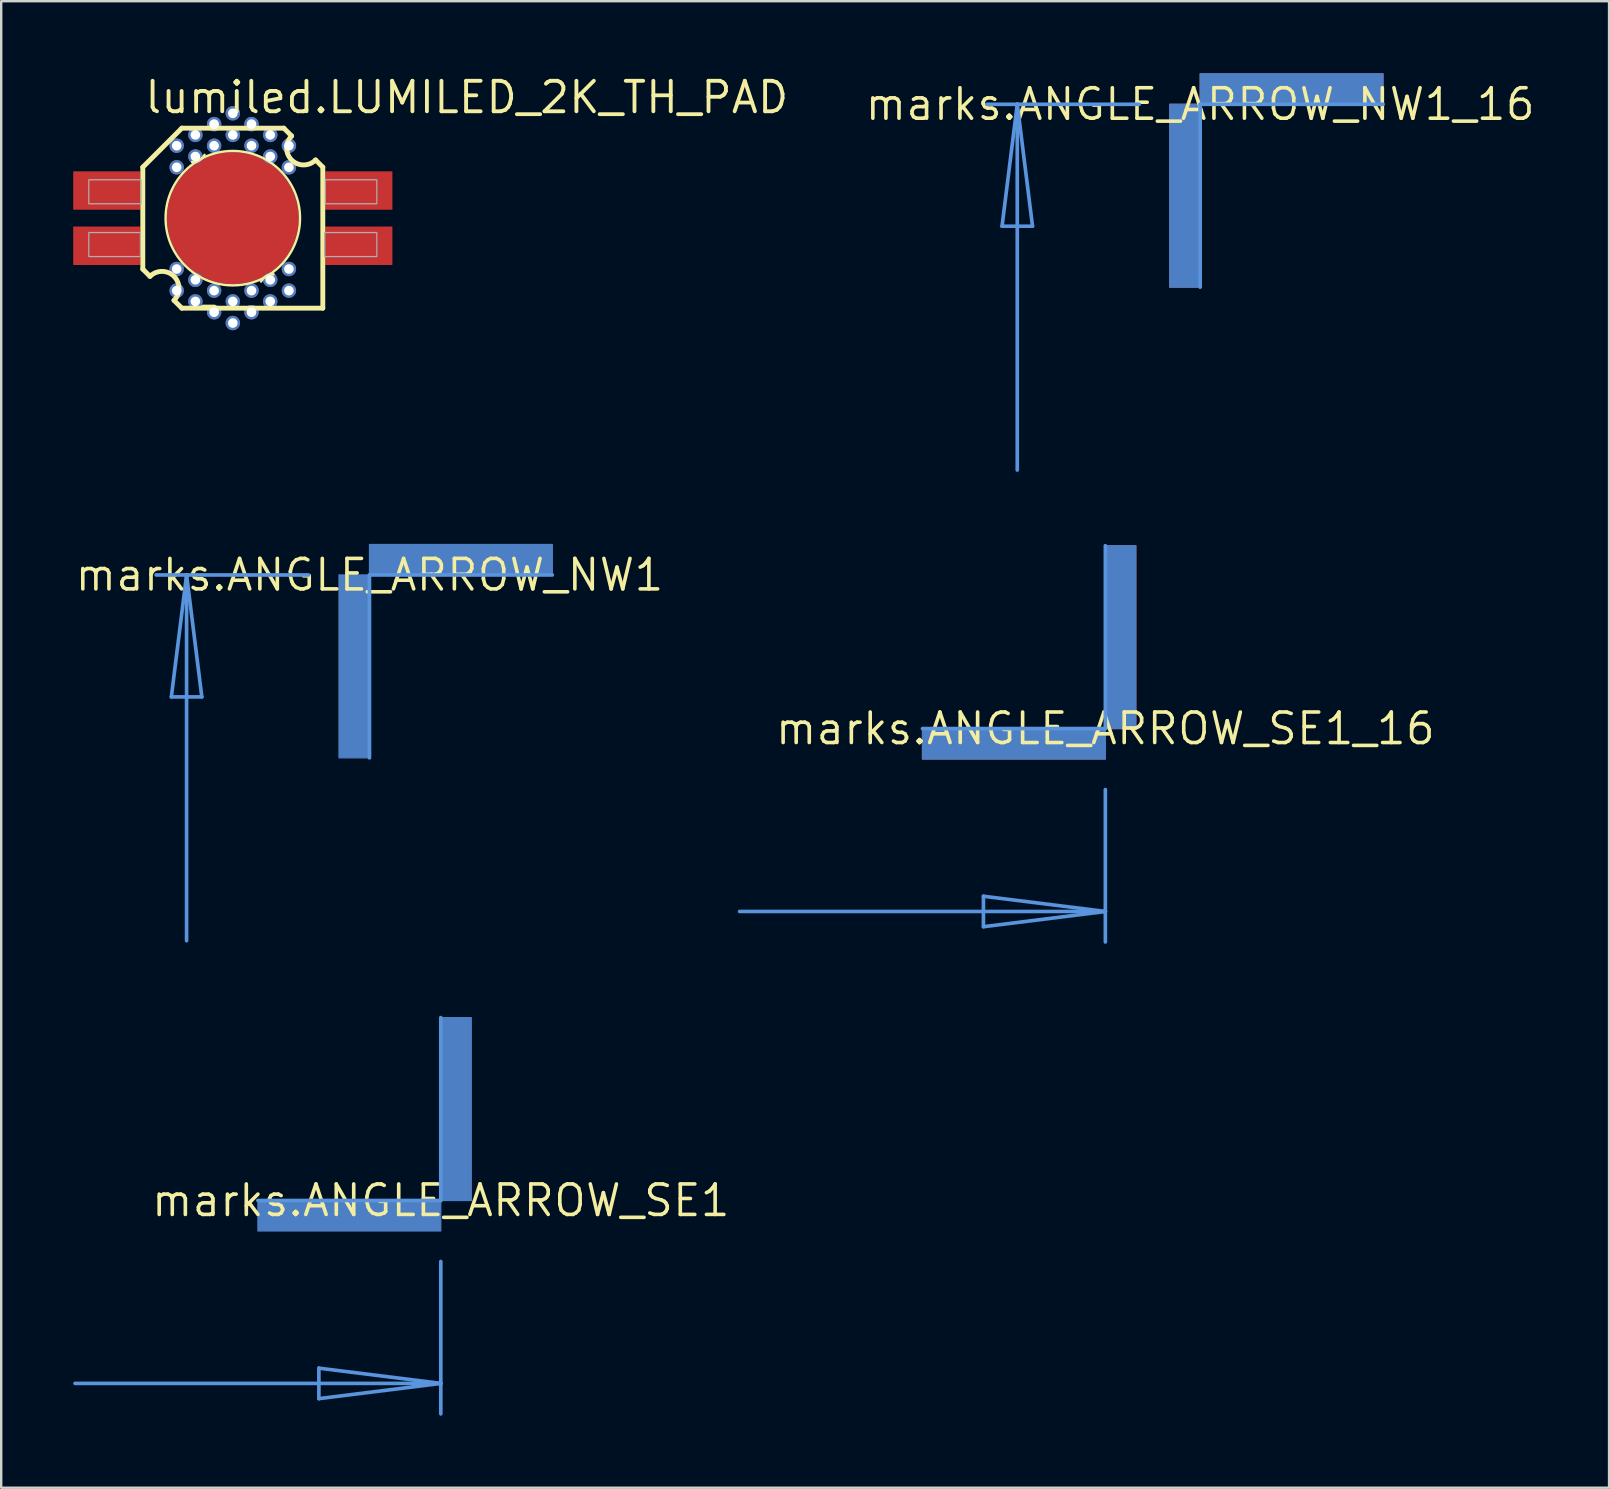
<source format=kicad_pcb>
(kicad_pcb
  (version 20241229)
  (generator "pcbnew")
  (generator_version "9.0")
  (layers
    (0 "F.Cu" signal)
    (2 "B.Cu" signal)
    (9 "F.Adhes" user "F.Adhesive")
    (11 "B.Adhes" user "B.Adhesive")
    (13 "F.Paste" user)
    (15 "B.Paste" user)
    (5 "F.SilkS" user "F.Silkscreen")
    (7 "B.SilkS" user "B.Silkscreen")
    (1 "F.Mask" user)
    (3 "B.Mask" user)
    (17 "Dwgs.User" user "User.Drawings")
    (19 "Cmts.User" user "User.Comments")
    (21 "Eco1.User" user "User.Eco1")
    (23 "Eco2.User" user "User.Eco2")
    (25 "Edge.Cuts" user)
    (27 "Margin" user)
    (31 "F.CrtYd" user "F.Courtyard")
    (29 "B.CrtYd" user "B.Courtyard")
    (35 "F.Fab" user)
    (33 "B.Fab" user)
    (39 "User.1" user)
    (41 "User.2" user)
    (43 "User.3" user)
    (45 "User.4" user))
  (footprint "lumiled.LUMILED_2K_TH_PAD"
    (layer "F.Cu")
    (at 6.65 6.04)
    (property "Reference" "lumiled.LUMILED_2K_TH_PAD" (at -3.75 -4.29 0) (layer "F.SilkS") (effects (font (size 1.27 1.27) (thickness 0.16)) (justify left bottom)))
    (attr smd)
    (fp_circle (center -2.338 -3.019) (end -2.038 -3.019) (stroke (width 0.1) (type default)) (fill no) (layer "F.Mask"))
    (fp_circle (center -2.338 -2.119) (end -2.038 -2.119) (stroke (width 0.1) (type default)) (fill no) (layer "F.Mask"))
    (fp_circle (center -2.338 2.119) (end -2.038 2.119) (stroke (width 0.1) (type default)) (fill no) (layer "F.Mask"))
    (fp_circle (center -2.338 3.019) (end -2.038 3.019) (stroke (width 0.1) (type default)) (fill no) (layer "F.Mask"))
    (fp_circle (center -1.559 -3.469) (end -1.259 -3.469) (stroke (width 0.1) (type default)) (fill no) (layer "F.Mask"))
    (fp_circle (center -1.559 -2.569) (end -1.259 -2.569) (stroke (width 0.1) (type default)) (fill no) (layer "F.Mask"))
    (fp_circle (center -1.559 2.569) (end -1.259 2.569) (stroke (width 0.1) (type default)) (fill no) (layer "F.Mask"))
    (fp_circle (center -1.559 3.469) (end -1.259 3.469) (stroke (width 0.1) (type default)) (fill no) (layer "F.Mask"))
    (fp_circle (center -0.779 -3.919) (end -0.479 -3.919) (stroke (width 0.1) (type default)) (fill no) (layer "F.Mask"))
    (fp_circle (center -0.779 -3.019) (end -0.479 -3.019) (stroke (width 0.1) (type default)) (fill no) (layer "F.Mask"))
    (fp_circle (center -0.779 3.019) (end -0.479 3.019) (stroke (width 0.1) (type default)) (fill no) (layer "F.Mask"))
    (fp_circle (center -0.779 3.919) (end -0.479 3.919) (stroke (width 0.1) (type default)) (fill no) (layer "F.Mask"))
    (fp_circle (center 0.0001 -4.369) (end 0.3 -4.369) (stroke (width 0.1) (type default)) (fill no) (layer "F.Mask"))
    (fp_circle (center 0.0001 -3.469) (end 0.3 -3.469) (stroke (width 0.1) (type default)) (fill no) (layer "F.Mask"))
    (fp_circle (center 0.0001 3.469) (end 0.3 3.469) (stroke (width 0.1) (type default)) (fill no) (layer "F.Mask"))
    (fp_circle (center 0.0001 4.369) (end 0.3 4.369) (stroke (width 0.1) (type default)) (fill no) (layer "F.Mask"))
    (fp_circle (center 0.779 -3.919) (end 1.079 -3.919) (stroke (width 0.1) (type default)) (fill no) (layer "F.Mask"))
    (fp_circle (center 0.779 -3.019) (end 1.079 -3.019) (stroke (width 0.1) (type default)) (fill no) (layer "F.Mask"))
    (fp_circle (center 0.779 3.019) (end 1.079 3.019) (stroke (width 0.1) (type default)) (fill no) (layer "F.Mask"))
    (fp_circle (center 0.779 3.919) (end 1.079 3.919) (stroke (width 0.1) (type default)) (fill no) (layer "F.Mask"))
    (fp_circle (center 1.559 -3.469) (end 1.859 -3.469) (stroke (width 0.1) (type default)) (fill no) (layer "F.Mask"))
    (fp_circle (center 1.559 -2.569) (end 1.859 -2.569) (stroke (width 0.1) (type default)) (fill no) (layer "F.Mask"))
    (fp_circle (center 1.559 2.569) (end 1.859 2.569) (stroke (width 0.1) (type default)) (fill no) (layer "F.Mask"))
    (fp_circle (center 1.559 3.469) (end 1.859 3.469) (stroke (width 0.1) (type default)) (fill no) (layer "F.Mask"))
    (fp_circle (center 2.338 -3.019) (end 2.638 -3.019) (stroke (width 0.1) (type default)) (fill no) (layer "F.Mask"))
    (fp_circle (center 2.338 -2.119) (end 2.638 -2.119) (stroke (width 0.1) (type default)) (fill no) (layer "F.Mask"))
    (fp_circle (center 2.338 2.119) (end 2.638 2.119) (stroke (width 0.1) (type default)) (fill no) (layer "F.Mask"))
    (fp_circle (center 2.338 3.019) (end 2.638 3.019) (stroke (width 0.1) (type default)) (fill no) (layer "F.Mask"))
    (fp_poly (pts (xy -2.425 1.325) (xy -2.425 -1.4) (xy -0.05 -2.775) (xy 0.05 -2.775) (xy 2.35 -1.45) (xy 2.425 -1.325) (xy 2.425 1.4) (xy 0 2.8) (xy -2.35 1.45)) (stroke (width 0.203) (type default)) (fill yes) (layer "F.Mask"))
    (fp_line (start -3.75 -2.125) (end -3.75 2.125) (stroke (width 0.203) (type default)) (layer "F.SilkS"))
    (fp_line (start -3.75 2.125) (end -3.45 2.425) (stroke (width 0.203) (type default)) (layer "F.SilkS"))
    (fp_line (start -2.45 3.425) (end -2.125 3.75) (stroke (width 0.203) (type default)) (layer "F.SilkS"))
    (fp_line (start -2.125 -3.75) (end -3.75 -2.125) (stroke (width 0.203) (type default)) (layer "F.SilkS"))
    (fp_line (start -2.125 3.75) (end 3.75 3.75) (stroke (width 0.203) (type default)) (layer "F.SilkS"))
    (fp_line (start -1.256 3.66) (end -0.756 3.66) (stroke (width 0.1) (type default)) (layer "F.SilkS"))
    (fp_line (start -1.256 3.66) (end -0.756 3.66) (stroke (width 0.1) (type default)) (layer "F.SilkS"))
    (fp_line (start 2.125 -3.75) (end -2.125 -3.75) (stroke (width 0.203) (type default)) (layer "F.SilkS"))
    (fp_line (start 2.45 -3.425) (end 2.125 -3.75) (stroke (width 0.203) (type default)) (layer "F.SilkS"))
    (fp_line (start 3.75 -2.125) (end 3.45 -2.425) (stroke (width 0.203) (type default)) (layer "F.SilkS"))
    (fp_line (start 3.75 3.75) (end 3.75 -2.125) (stroke (width 0.203) (type default)) (layer "F.SilkS"))
    (fp_arc (start -3.45 2.425) (mid -2.450602 2.4256) (end -2.45 3.425) (stroke (width 0.2032) (type default)) (layer "F.SilkS"))
    (fp_arc (start -1.1766 -2.6397) (mid -1.393123 -2.413003) (end -1.6977 -2.3388) (stroke (width 0.1016) (type default)) (layer "F.SilkS"))
    (fp_arc (start 1.1766 2.6396) (mid 1.393141 2.412935) (end 1.6977 2.3387) (stroke (width 0.1016) (type default)) (layer "F.SilkS"))
    (fp_arc (start 3.45 -2.425) (mid 2.450602 -2.4256) (end 2.45 -3.425) (stroke (width 0.2032) (type default)) (layer "F.SilkS"))
    (fp_circle (center 0 0) (end 2.8 0) (stroke (width 0.102) (type default)) (fill no) (layer "F.SilkS"))
    (fp_rect (start -6.25 -0.5) (end -4.25 -1.75) (stroke (width 0.05) (type default)) (fill yes) (layer "F.Paste"))
    (fp_rect (start -6.25 1.75) (end -4.25 0.5) (stroke (width 0.05) (type default)) (fill yes) (layer "F.Paste"))
    (fp_poly (pts (xy -2.425 1.325) (xy -2.425 -1.4) (xy -0.05 -2.775) (xy 0.05 -2.775) (xy 2.35 -1.45) (xy 2.425 -1.325) (xy 2.425 1.4) (xy 0 2.8) (xy -2.35 1.45)) (stroke (width 0.203) (type default)) (fill yes) (layer "F.Paste"))
    (fp_rect (start -6 -0.6) (end -3.825 -1.6) (stroke (width 0.05) (type default)) (fill no) (layer "F.Fab"))
    (fp_rect (start -6 1.6) (end -3.85 0.6) (stroke (width 0.05) (type default)) (fill no) (layer "F.Fab"))
    (fp_rect (start 3.825 1.6) (end 6 0.6) (stroke (width 0.05) (type default)) (fill no) (layer "F.Fab"))
    (fp_rect (start 3.85 -0.6) (end 6 -1.6) (stroke (width 0.05) (type default)) (fill no) (layer "F.Fab"))
    (pad "1" smd roundrect (at -5.25 -1.15) (size 2.8 1.6) (layers "F.Cu" "F.Mask" "F.Paste") (roundrect_rratio 0.01))
    (pad "2" smd roundrect (at -5.25 1.15) (size 2.8 1.6) (layers "F.Cu" "F.Mask" "F.Paste") (roundrect_rratio 0.01))
    (pad "3" smd roundrect (at 5.25 1.15) (size 2.8 1.6) (layers "F.Cu" "F.Mask" "F.Paste") (roundrect_rratio 0.01))
    (pad "4" smd roundrect (at 5.25 -1.15) (size 2.8 1.6) (layers "F.Cu" "F.Mask" "F.Paste") (roundrect_rratio 0.01))
    (pad "TH" smd roundrect (at 0 0) (size 5.5 5.5) (layers "F.Cu" "F.Mask" "F.Paste") (roundrect_rratio 0.5))
    (pad "TH@1" thru_hole circle (at 2.338 -2.119) (size 0.6 0.6) (drill 0.4) (layers "*.Cu" "*.Mask"))
    (pad "TH@2" thru_hole circle (at 2.338 -3.019) (size 0.6 0.6) (drill 0.4) (layers "*.Cu" "*.Mask"))
    (pad "TH@3" thru_hole circle (at 1.559 -2.569) (size 0.6 0.6) (drill 0.4) (layers "*.Cu" "*.Mask"))
    (pad "TH@4" thru_hole circle (at 1.559 -3.469) (size 0.6 0.6) (drill 0.4) (layers "*.Cu" "*.Mask"))
    (pad "TH@5" thru_hole circle (at 0.779 -3.019) (size 0.6 0.6) (drill 0.4) (layers "*.Cu" "*.Mask"))
    (pad "TH@6" thru_hole circle (at 0.779 -3.919) (size 0.6 0.6) (drill 0.4) (layers "*.Cu" "*.Mask"))
    (pad "TH@7" thru_hole circle (at 0.0001 -3.469) (size 0.6 0.6) (drill 0.4) (layers "*.Cu" "*.Mask"))
    (pad "TH@8" thru_hole circle (at 0.0001 -4.369) (size 0.6 0.6) (drill 0.4) (layers "*.Cu" "*.Mask"))
    (pad "TH@9" thru_hole circle (at -0.779 -3.919) (size 0.6 0.6) (drill 0.4) (layers "*.Cu" "*.Mask"))
    (pad "TH@10" thru_hole circle (at -0.779 -3.019) (size 0.6 0.6) (drill 0.4) (layers "*.Cu" "*.Mask"))
    (pad "TH@11" thru_hole circle (at -1.559 -2.569) (size 0.6 0.6) (drill 0.4) (layers "*.Cu" "*.Mask"))
    (pad "TH@12" thru_hole circle (at -1.559 -3.469) (size 0.6 0.6) (drill 0.4) (layers "*.Cu" "*.Mask"))
    (pad "TH@13" thru_hole circle (at 2.338 2.119) (size 0.6 0.6) (drill 0.4) (layers "*.Cu" "*.Mask"))
    (pad "TH@14" thru_hole circle (at 2.338 3.019) (size 0.6 0.6) (drill 0.4) (layers "*.Cu" "*.Mask"))
    (pad "TH@15" thru_hole circle (at 1.559 2.569) (size 0.6 0.6) (drill 0.4) (layers "*.Cu" "*.Mask"))
    (pad "TH@16" thru_hole circle (at 1.559 3.469) (size 0.6 0.6) (drill 0.4) (layers "*.Cu" "*.Mask"))
    (pad "TH@17" thru_hole circle (at 0.779 3.019) (size 0.6 0.6) (drill 0.4) (layers "*.Cu" "*.Mask"))
    (pad "TH@18" thru_hole circle (at 0.779 3.919) (size 0.6 0.6) (drill 0.4) (layers "*.Cu" "*.Mask"))
    (pad "TH@19" thru_hole circle (at 0.0001 3.469) (size 0.6 0.6) (drill 0.4) (layers "*.Cu" "*.Mask"))
    (pad "TH@20" thru_hole circle (at 0.0001 4.369) (size 0.6 0.6) (drill 0.4) (layers "*.Cu" "*.Mask"))
    (pad "TH@21" thru_hole circle (at -0.779 3.919) (size 0.6 0.6) (drill 0.4) (layers "*.Cu" "*.Mask"))
    (pad "TH@22" thru_hole circle (at -0.779 3.019) (size 0.6 0.6) (drill 0.4) (layers "*.Cu" "*.Mask"))
    (pad "TH@23" thru_hole circle (at -1.559 3.469) (size 0.6 0.6) (drill 0.4) (layers "*.Cu" "*.Mask"))
    (pad "TH@24" thru_hole circle (at -2.338 3.019) (size 0.6 0.6) (drill 0.4) (layers "*.Cu" "*.Mask"))
    (pad "TH@25" thru_hole circle (at -1.559 2.569) (size 0.6 0.6) (drill 0.4) (layers "*.Cu" "*.Mask"))
    (pad "TH@26" thru_hole circle (at -2.338 2.119) (size 0.6 0.6) (drill 0.4) (layers "*.Cu" "*.Mask"))
    (pad "TH@27" thru_hole circle (at -2.338 -2.119) (size 0.6 0.6) (drill 0.4) (layers "*.Cu" "*.Mask"))
    (pad "TH@28" thru_hole circle (at -2.338 -3.019) (size 0.6 0.6) (drill 0.4) (layers "*.Cu" "*.Mask")))
  (footprint "marks.ANGLE_ARROW_SE1"
    (layer "B.Cu")
    (at 15.316 46.97)
    (property "Reference" "marks.ANGLE_ARROW_SE1" (at 0 0 0) (layer "F.SilkS") (effects (font (size 1.27 1.27) (thickness 0.15))))
    (fp_rect (start -7.62 1.27) (end 0 0) (stroke (width 0.05) (type default)) (fill yes) (layer "B.Cu"))
    (fp_rect (start 0 0) (end 1.27 -7.62) (stroke (width 0.05) (type default)) (fill yes) (layer "B.Cu"))
    (fp_line (start 0 -7.62) (end 0 0) (stroke (width 0.127) (type default)) (layer "B.Mask"))
    (fp_line (start 0 0) (end -7.62 0) (stroke (width 0.127) (type default)) (layer "B.Mask"))
    (fp_line (start -5.08 6.985) (end 0 7.62) (stroke (width 0.152) (type default)) (layer "Cmts.User"))
    (fp_line (start -5.08 8.255) (end -5.08 6.985) (stroke (width 0.152) (type default)) (layer "Cmts.User"))
    (fp_line (start 0 -7.62) (end 0 0) (stroke (width 0.152) (type default)) (layer "Cmts.User"))
    (fp_line (start 0 0) (end -7.62 0) (stroke (width 0.152) (type default)) (layer "Cmts.User"))
    (fp_line (start 0 7.62) (end -15.24 7.62) (stroke (width 0.152) (type default)) (layer "Cmts.User"))
    (fp_line (start 0 7.62) (end -5.08 8.255) (stroke (width 0.152) (type default)) (layer "Cmts.User"))
    (fp_line (start 0 7.62) (end 0 2.54) (stroke (width 0.152) (type default)) (layer "Cmts.User"))
    (fp_line (start 0 8.89) (end 0 7.62) (stroke (width 0.152) (type default)) (layer "Cmts.User")))
  (footprint "marks.ANGLE_ARROW_NW1_16"
    (layer "B.Cu")
    (at 46.955 1.295)
    (property "Reference" "marks.ANGLE_ARROW_NW1_16" (at 0 0 0) (layer "F.SilkS") (effects (font (size 1.27 1.27) (thickness 0.15))))
    (fp_rect (start -1.27 7.62) (end 0 0) (stroke (width 0.05) (type default)) (fill yes) (layer "F.Cu"))
    (fp_rect (start 0 0) (end 7.62 -1.27) (stroke (width 0.05) (type default)) (fill yes) (layer "F.Cu"))
    (fp_line (start 0 7.62) (end 0 0) (stroke (width 0.127) (type default)) (layer "F.Mask"))
    (fp_line (start 7.62 0) (end 0 0) (stroke (width 0.127) (type default)) (layer "F.Mask"))
    (fp_rect (start -1.27 7.62) (end 0 0) (stroke (width 0.05) (type default)) (fill yes) (layer "B.Cu"))
    (fp_rect (start 0 0) (end 7.62 -1.27) (stroke (width 0.05) (type default)) (fill yes) (layer "B.Cu"))
    (fp_line (start 0 0) (end 7.62 0) (stroke (width 0.127) (type default)) (layer "B.Mask"))
    (fp_line (start 0 7.62) (end 0 0) (stroke (width 0.127) (type default)) (layer "B.Mask"))
    (fp_line (start -8.89 0) (end -7.62 0) (stroke (width 0.152) (type default)) (layer "Cmts.User"))
    (fp_line (start -8.255 5.08) (end -7.62 0) (stroke (width 0.152) (type default)) (layer "Cmts.User"))
    (fp_line (start -7.62 0) (end -7.62 15.24) (stroke (width 0.152) (type default)) (layer "Cmts.User"))
    (fp_line (start -7.62 0) (end -6.985 5.08) (stroke (width 0.152) (type default)) (layer "Cmts.User"))
    (fp_line (start -7.62 0) (end -2.54 0) (stroke (width 0.152) (type default)) (layer "Cmts.User"))
    (fp_line (start -6.985 5.08) (end -8.255 5.08) (stroke (width 0.152) (type default)) (layer "Cmts.User"))
    (fp_line (start 0 0) (end 7.62 0) (stroke (width 0.152) (type default)) (layer "Cmts.User"))
    (fp_line (start 0 7.62) (end 0 0) (stroke (width 0.152) (type default)) (layer "Cmts.User")))
  (footprint "marks.ANGLE_ARROW_SE1_16"
    (layer "B.Cu")
    (at 43.005 27.307)
    (property "Reference" "marks.ANGLE_ARROW_SE1_16" (at 0 0 0) (layer "F.SilkS") (effects (font (size 1.27 1.27) (thickness 0.15))))
    (fp_rect (start -7.62 1.27) (end 0 0) (stroke (width 0.05) (type default)) (fill yes) (layer "F.Cu"))
    (fp_rect (start 0 0) (end 1.27 -7.62) (stroke (width 0.05) (type default)) (fill yes) (layer "F.Cu"))
    (fp_line (start -7.62 0) (end 0 0) (stroke (width 0.127) (type default)) (layer "F.Mask"))
    (fp_line (start 0 -7.62) (end 0 0) (stroke (width 0.127) (type default)) (layer "F.Mask"))
    (fp_rect (start -7.62 1.27) (end 0 0) (stroke (width 0.05) (type default)) (fill yes) (layer "B.Cu"))
    (fp_rect (start 0 0) (end 1.27 -7.62) (stroke (width 0.05) (type default)) (fill yes) (layer "B.Cu"))
    (fp_line (start 0 -7.62) (end 0 0) (stroke (width 0.127) (type default)) (layer "B.Mask"))
    (fp_line (start 0 0) (end -7.62 0) (stroke (width 0.127) (type default)) (layer "B.Mask"))
    (fp_line (start -5.08 6.985) (end 0 7.62) (stroke (width 0.152) (type default)) (layer "Cmts.User"))
    (fp_line (start -5.08 8.255) (end -5.08 6.985) (stroke (width 0.152) (type default)) (layer "Cmts.User"))
    (fp_line (start 0 -7.62) (end 0 0) (stroke (width 0.152) (type default)) (layer "Cmts.User"))
    (fp_line (start 0 0) (end -7.62 0) (stroke (width 0.152) (type default)) (layer "Cmts.User"))
    (fp_line (start 0 7.62) (end -15.24 7.62) (stroke (width 0.152) (type default)) (layer "Cmts.User"))
    (fp_line (start 0 7.62) (end -5.08 8.255) (stroke (width 0.152) (type default)) (layer "Cmts.User"))
    (fp_line (start 0 7.62) (end 0 2.54) (stroke (width 0.152) (type default)) (layer "Cmts.User"))
    (fp_line (start 0 8.89) (end 0 7.62) (stroke (width 0.152) (type default)) (layer "Cmts.User")))
  (footprint "marks.ANGLE_ARROW_NW1"
    (layer "B.Cu")
    (at 12.344 20.906)
    (property "Reference" "marks.ANGLE_ARROW_NW1" (at 0 0 0) (layer "F.SilkS") (effects (font (size 1.27 1.27) (thickness 0.15))))
    (fp_rect (start -1.27 7.62) (end 0 0) (stroke (width 0.05) (type default)) (fill yes) (layer "B.Cu"))
    (fp_rect (start 0 0) (end 7.62 -1.27) (stroke (width 0.05) (type default)) (fill yes) (layer "B.Cu"))
    (fp_line (start 0 0) (end 7.62 0) (stroke (width 0.127) (type default)) (layer "B.Mask"))
    (fp_line (start 0 7.62) (end 0 0) (stroke (width 0.127) (type default)) (layer "B.Mask"))
    (fp_line (start -8.89 0) (end -7.62 0) (stroke (width 0.152) (type default)) (layer "Cmts.User"))
    (fp_line (start -8.255 5.08) (end -7.62 0) (stroke (width 0.152) (type default)) (layer "Cmts.User"))
    (fp_line (start -7.62 0) (end -7.62 15.24) (stroke (width 0.152) (type default)) (layer "Cmts.User"))
    (fp_line (start -7.62 0) (end -6.985 5.08) (stroke (width 0.152) (type default)) (layer "Cmts.User"))
    (fp_line (start -7.62 0) (end -2.54 0) (stroke (width 0.152) (type default)) (layer "Cmts.User"))
    (fp_line (start -6.985 5.08) (end -8.255 5.08) (stroke (width 0.152) (type default)) (layer "Cmts.User"))
    (fp_line (start 0 0) (end 7.62 0) (stroke (width 0.152) (type default)) (layer "Cmts.User"))
    (fp_line (start 0 7.62) (end 0 0) (stroke (width 0.152) (type default)) (layer "Cmts.User")))
  (gr_rect
    (start -3 -3)
    (end 63.992 58.936)
    (stroke (width 0.1) (type default))
    (fill no)
    (layer "Edge.Cuts")))
</source>
